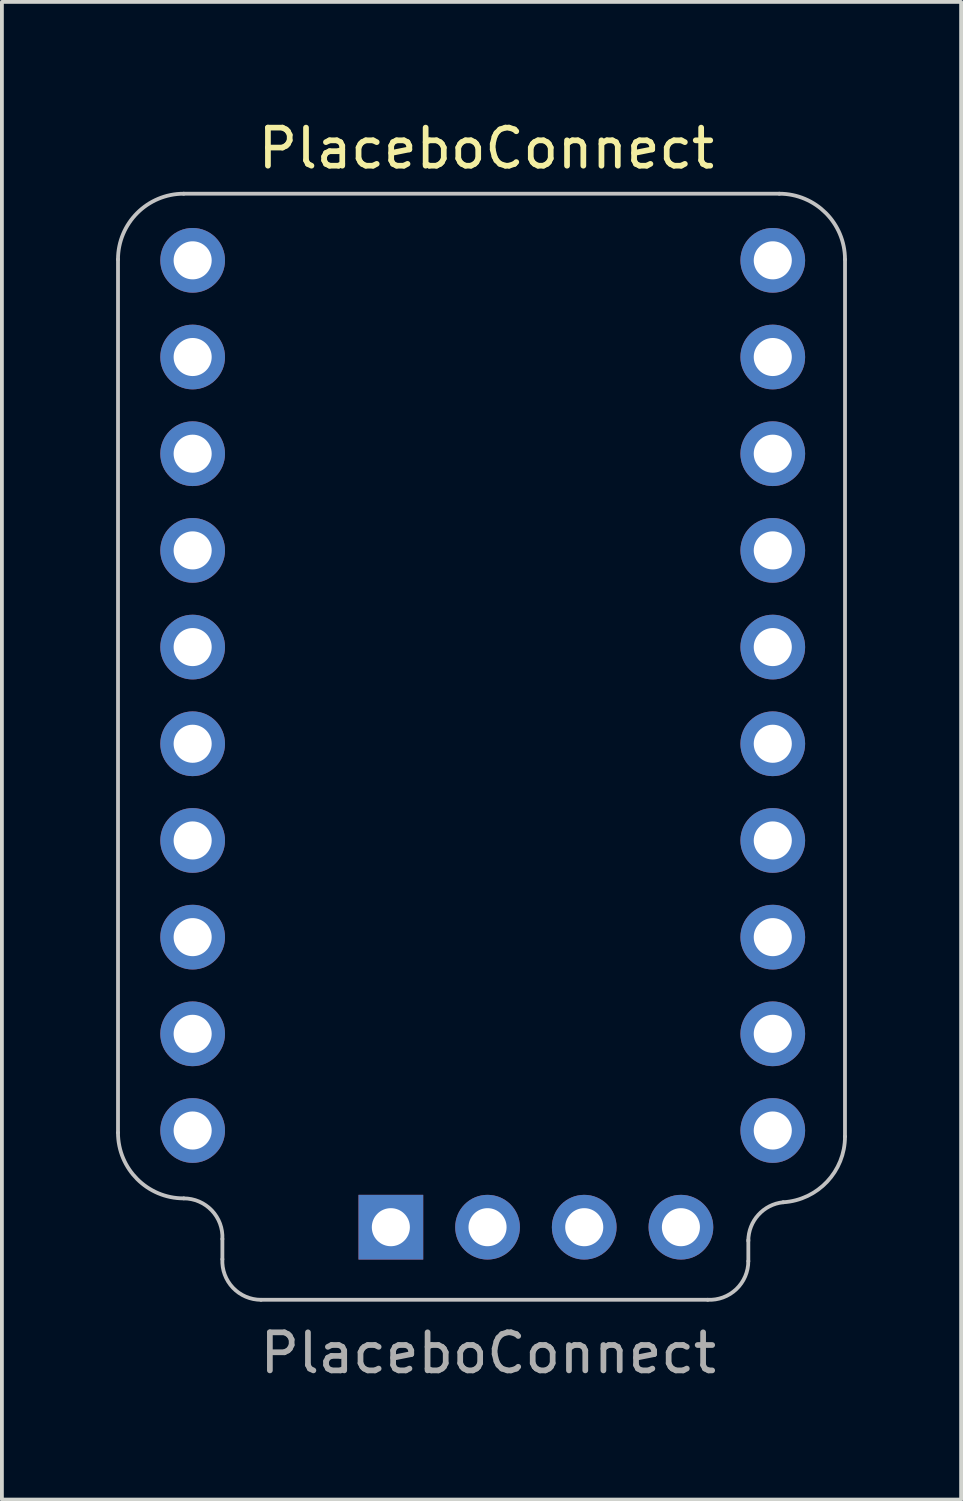
<source format=kicad_pcb>
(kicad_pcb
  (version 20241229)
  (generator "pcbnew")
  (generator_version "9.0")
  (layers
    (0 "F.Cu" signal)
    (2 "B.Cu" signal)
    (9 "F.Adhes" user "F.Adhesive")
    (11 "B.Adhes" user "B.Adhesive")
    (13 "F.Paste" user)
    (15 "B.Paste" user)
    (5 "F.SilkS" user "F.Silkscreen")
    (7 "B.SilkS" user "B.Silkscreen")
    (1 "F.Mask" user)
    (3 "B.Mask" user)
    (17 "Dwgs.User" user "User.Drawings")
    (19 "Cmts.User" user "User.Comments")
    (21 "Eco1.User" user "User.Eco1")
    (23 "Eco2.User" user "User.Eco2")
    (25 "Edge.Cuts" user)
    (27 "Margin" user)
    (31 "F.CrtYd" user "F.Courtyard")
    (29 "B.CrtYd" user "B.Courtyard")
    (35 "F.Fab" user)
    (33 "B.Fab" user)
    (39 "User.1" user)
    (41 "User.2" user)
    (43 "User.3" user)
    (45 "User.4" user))
  (footprint "PlaceboConnect"
    (layer "F.Cu")
    (at 9.778 15.199)
    (property "Reference" "PlaceboConnect" (at -0.051 -14.351 0) (unlocked yes) (layer "F.SilkS") (effects (font (size 1 1) (thickness 0.15))))
    (attr through_hole)
    (fp_line (start -9.728 -11.433) (end -9.728 11.506) (stroke (width 0.1) (type default)) (layer "Dwgs.User"))
    (fp_line (start -6.986 14.3) (end -6.986 14.831) (stroke (width 0.1) (type default)) (layer "Dwgs.User"))
    (fp_line (start -5.971 15.897) (end 5.764 15.897) (stroke (width 0.1) (type default)) (layer "Dwgs.User"))
    (fp_line (start 6.831 14.326) (end 6.831 14.882) (stroke (width 0.1) (type default)) (layer "Dwgs.User"))
    (fp_line (start 7.643 -13.16) (end -8.001 -13.16) (stroke (width 0.1) (type default)) (layer "Dwgs.User"))
    (fp_line (start 9.371 -11.433) (end 9.37 11.608) (stroke (width 0.1) (type default)) (layer "Dwgs.User"))
    (fp_arc (start -9.728132 -11.432918) (mid -9.222247 -12.654232) (end -8.000932 -13.160118) (stroke (width 0.1) (type default)) (layer "Dwgs.User"))
    (fp_arc (start -8.000932 13.233249) (mid -9.222247 12.727364) (end -9.728132 11.506049) (stroke (width 0.1) (type default)) (layer "Dwgs.User"))
    (fp_arc (start -8.000932 13.233249) (mid -7.264792 13.548997) (end -6.9862 14.299986) (stroke (width 0.1) (type default)) (layer "Dwgs.User"))
    (fp_arc (start -5.971468 15.897357) (mid -6.707608 15.581609) (end -6.9862 14.83062) (stroke (width 0.1) (type default)) (layer "Dwgs.User"))
    (fp_arc (start 6.830504 14.350389) (mid 7.09351 13.666468) (end 7.747 13.335) (stroke (width 0.1) (type default)) (layer "Dwgs.User"))
    (fp_arc (start 6.830504 14.881943) (mid 6.514753 15.618079) (end 5.763767 15.896675) (stroke (width 0.1) (type default)) (layer "Dwgs.User"))
    (fp_arc (start 7.643353 -13.160118) (mid 8.864669 -12.654235) (end 9.370553 -11.432918) (stroke (width 0.1) (type default)) (layer "Dwgs.User"))
    (fp_arc (start 9.37049 11.608457) (mid 8.900859 12.793423) (end 7.747 13.335) (stroke (width 0.1) (type default)) (layer "Dwgs.User"))
    (fp_text user "${REFERENCE}" (at 0 17.297 0) (unlocked yes) (layer "F.Fab") (effects (font (size 1 1) (thickness 0.15))))
    (pad "1" thru_hole circle (at -7.767 -11.41 180) (size 1.7 1.7) (drill 1) (layers "*.Cu" "*.Mask"))
    (pad "2" thru_hole oval (at -7.767 -8.87 180) (size 1.7 1.7) (drill 1) (layers "*.Cu" "*.Mask"))
    (pad "3" thru_hole oval (at -7.767 -6.33 180) (size 1.7 1.7) (drill 1) (layers "*.Cu" "*.Mask"))
    (pad "4" thru_hole oval (at -7.767 -3.79 180) (size 1.7 1.7) (drill 1) (layers "*.Cu" "*.Mask"))
    (pad "5" thru_hole oval (at -7.767 -1.25 180) (size 1.7 1.7) (drill 1) (layers "*.Cu" "*.Mask"))
    (pad "6" thru_hole oval (at -7.767 1.29 180) (size 1.7 1.7) (drill 1) (layers "*.Cu" "*.Mask"))
    (pad "7" thru_hole oval (at -7.767 3.83 180) (size 1.7 1.7) (drill 1) (layers "*.Cu" "*.Mask"))
    (pad "8" thru_hole oval (at -7.767 6.37 180) (size 1.7 1.7) (drill 1) (layers "*.Cu" "*.Mask"))
    (pad "9" thru_hole oval (at -7.767 8.91 180) (size 1.7 1.7) (drill 1) (layers "*.Cu" "*.Mask"))
    (pad "10" thru_hole oval (at -7.767 11.45 180) (size 1.7 1.7) (drill 1) (layers "*.Cu" "*.Mask"))
    (pad "11" thru_hole circle (at 7.473 11.45) (size 1.7 1.7) (drill 1) (layers "*.Cu" "*.Mask"))
    (pad "12" thru_hole oval (at 7.473 8.91) (size 1.7 1.7) (drill 1) (layers "*.Cu" "*.Mask"))
    (pad "13" thru_hole oval (at 7.473 6.37) (size 1.7 1.7) (drill 1) (layers "*.Cu" "*.Mask"))
    (pad "14" thru_hole oval (at 7.473 3.83) (size 1.7 1.7) (drill 1) (layers "*.Cu" "*.Mask"))
    (pad "15" thru_hole oval (at 7.473 1.29) (size 1.7 1.7) (drill 1) (layers "*.Cu" "*.Mask"))
    (pad "16" thru_hole oval (at 7.473 -1.25) (size 1.7 1.7) (drill 1) (layers "*.Cu" "*.Mask"))
    (pad "17" thru_hole oval (at 7.473 -3.79) (size 1.7 1.7) (drill 1) (layers "*.Cu" "*.Mask"))
    (pad "18" thru_hole oval (at 7.473 -6.33) (size 1.7 1.7) (drill 1) (layers "*.Cu" "*.Mask"))
    (pad "19" thru_hole oval (at 7.473 -8.87) (size 1.7 1.7) (drill 1) (layers "*.Cu" "*.Mask"))
    (pad "20" thru_hole oval (at 7.473 -11.41) (size 1.7 1.7) (drill 1) (layers "*.Cu" "*.Mask"))
    (pad "21" thru_hole rect (at -2.56 13.99 90) (size 1.7 1.7) (drill 1) (layers "*.Cu" "*.Mask"))
    (pad "22" thru_hole oval (at -0.02 13.99 90) (size 1.7 1.7) (drill 1) (layers "*.Cu" "*.Mask"))
    (pad "23" thru_hole oval (at 2.52 13.99 90) (size 1.7 1.7) (drill 1) (layers "*.Cu" "*.Mask"))
    (pad "24" thru_hole oval (at 5.06 13.99 90) (size 1.7 1.7) (drill 1) (layers "*.Cu" "*.Mask")))
  (gr_rect
    (start -3 -3)
    (end 22.199 36.345)
    (stroke (width 0.1) (type default))
    (fill no)
    (layer "Edge.Cuts")))
</source>
